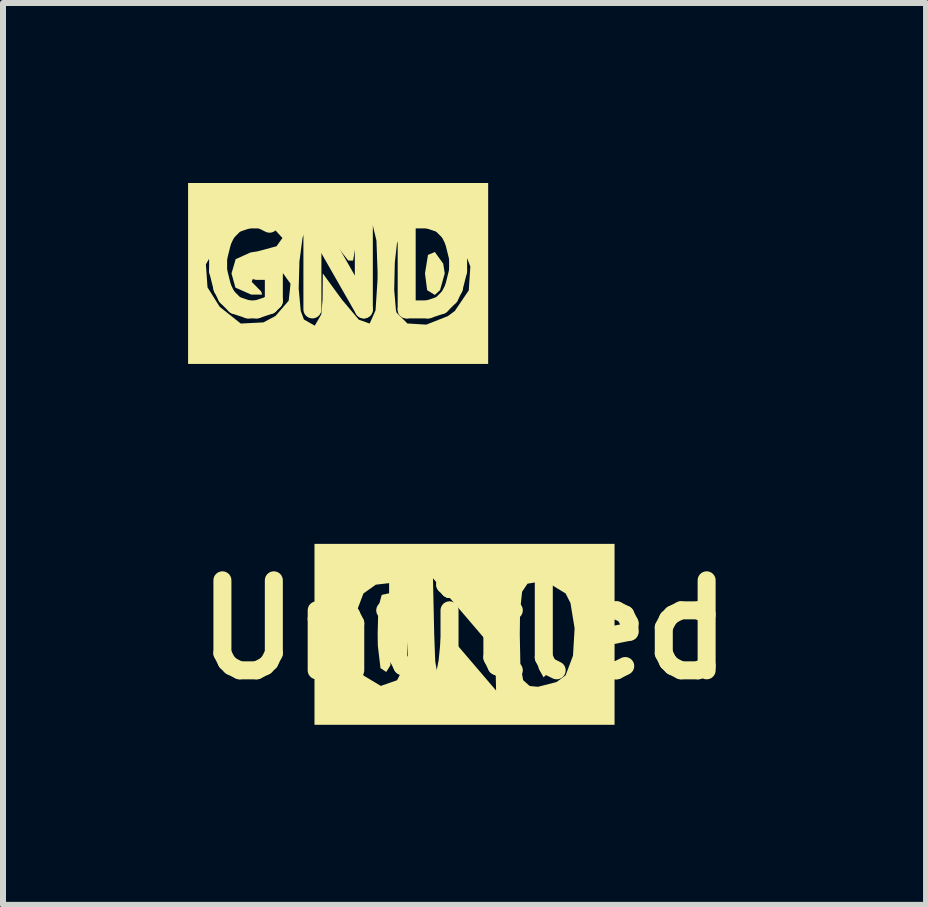
<source format=kicad_pcb>
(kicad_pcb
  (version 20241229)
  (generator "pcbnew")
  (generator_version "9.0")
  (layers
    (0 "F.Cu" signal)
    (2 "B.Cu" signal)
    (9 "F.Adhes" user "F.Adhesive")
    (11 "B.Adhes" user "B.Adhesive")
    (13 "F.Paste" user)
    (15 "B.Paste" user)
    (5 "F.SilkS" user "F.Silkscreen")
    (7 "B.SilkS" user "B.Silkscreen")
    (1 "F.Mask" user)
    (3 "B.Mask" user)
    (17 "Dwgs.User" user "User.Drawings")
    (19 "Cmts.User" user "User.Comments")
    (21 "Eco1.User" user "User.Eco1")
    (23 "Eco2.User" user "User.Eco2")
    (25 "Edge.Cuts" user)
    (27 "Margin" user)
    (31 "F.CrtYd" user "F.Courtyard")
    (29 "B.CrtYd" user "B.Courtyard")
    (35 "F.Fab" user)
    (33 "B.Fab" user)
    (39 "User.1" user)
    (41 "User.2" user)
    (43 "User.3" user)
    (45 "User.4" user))
  (footprint "GND"
    (layer "F.Cu")
    (at 2.586 1.429)
    (property "Reference" "GND" (at 0 0 0) (layer "F.SilkS") (effects (font (size 1.5 1.5) (thickness 0.3))))
    (attr board_only exclude_from_pos_files exclude_from_bom)
    (fp_poly (pts (xy 1.752 -0.084) (xy 1.777 0.079) (xy 1.699 0.357) (xy 1.612 0.437) (xy 1.484 0.358) (xy 1.448 0.079) (xy 1.498 -0.23) (xy 1.612 -0.278)) (stroke (width 0) (type solid)) (fill yes) (layer "F.SilkS"))
    (fp_poly (pts (xy 2.501 0.079) (xy 2.501 1.587) (xy 0 1.587) (xy -2.501 1.587) (xy -2.501 0.079) (xy -2.501 -0.072) (xy -2.204 -0.072) (xy -2.177 0.311) (xy -1.974 0.635) (xy -1.623 0.914) (xy -1.245 0.895) (xy -1.044 0.788) (xy -0.824 0.533) (xy -0.802 0.331) (xy -0.657 0.331) (xy -0.623 0.704) (xy -0.57 0.847) (xy -0.389 0.949) (xy -0.281 0.762) (xy -0.259 0.516) (xy -0.255 0.079) (xy 0.064 0.516) (xy 0.345 0.85) (xy 0.526 0.914) (xy 0.624 0.695) (xy 0.646 0.354) (xy 0.935 0.354) (xy 0.964 0.693) (xy 0.974 0.731) (xy 1.155 0.913) (xy 1.47 0.932) (xy 1.828 0.791) (xy 1.945 0.705) (xy 2.178 0.36) (xy 2.204 -0.037) (xy 2.058 -0.41) (xy 1.773 -0.682) (xy 1.384 -0.776) (xy 1.291 -0.766) (xy 1.082 -0.67) (xy 0.98 -0.415) (xy 0.945 -0.102) (xy 0.935 0.354) (xy 0.646 0.354) (xy 0.657 0.178) (xy 0.658 0.066) (xy 0.639 -0.469) (xy 0.577 -0.725) (xy 0.494 -0.755) (xy 0.344 -0.562) (xy 0.287 -0.348) (xy 0.249 -0.135) (xy 0.169 -0.136) (xy -0.01 -0.365) (xy -0.053 -0.426) (xy -0.299 -0.685) (xy -0.492 -0.738) (xy -0.505 -0.73) (xy -0.593 -0.517) (xy -0.645 -0.12) (xy -0.657 0.331) (xy -0.802 0.331) (xy -0.794 0.249) (xy -0.943 0.042) (xy -1.119 0) (xy -1.379 0.066) (xy -1.441 0.218) (xy -1.283 0.379) (xy -1.266 0.432) (xy -1.448 0.432) (xy -1.712 0.315) (xy -1.777 0.079) (xy -1.708 -0.159) (xy -1.46 -0.271) (xy -1.349 -0.288) (xy -1.027 -0.374) (xy -0.928 -0.512) (xy -1.07 -0.667) (xy -1.129 -0.697) (xy -1.53 -0.783) (xy -1.868 -0.593) (xy -1.974 -0.476) (xy -2.204 -0.072) (xy -2.501 -0.072) (xy -2.501 -1.429) (xy 0 -1.429) (xy 2.501 -1.429)) (stroke (width 0) (type solid)) (fill yes) (layer "F.SilkS")))
  (footprint "Untitled"
    (layer "F.Cu")
    (at 4.693 7.445)
    (property "Reference" "Untitled" (at 0 0 0) (layer "F.SilkS") (effects (font (size 1.5 1.5) (thickness 0.3))))
    (attr board_only exclude_from_pos_files exclude_from_bom)
    (fp_poly (pts (xy 1.395 -0.493) (xy 1.442 -0.134) (xy 1.448 0.079) (xy 1.422 0.505) (xy 1.355 0.761) (xy 1.316 0.794) (xy 1.238 0.652) (xy 1.19 0.293) (xy 1.184 0.079) (xy 1.211 -0.347) (xy 1.277 -0.602) (xy 1.316 -0.635)) (stroke (width 0) (type solid)) (fill yes) (layer "F.SilkS"))
    (fp_poly (pts (xy 2.501 0.079) (xy 2.501 1.587) (xy 0 1.587) (xy -2.501 1.587) (xy -2.501 0.184) (xy -1.835 0.184) (xy -1.763 0.607) (xy -1.68 0.768) (xy -1.395 0.938) (xy -1.125 0.844) (xy -0.959 0.527) (xy -0.945 0.437) (xy -0.965 0.094) (xy -1.098 0) (xy -1.236 0.114) (xy -1.226 0.3) (xy -1.236 0.596) (xy -1.305 0.706) (xy -1.401 0.641) (xy -1.445 0.267) (xy -1.448 0.07) (xy -1.436 -0.377) (xy -1.38 -0.579) (xy -1.252 -0.607) (xy -1.184 -0.589) (xy -1.006 -0.578) (xy -0.995 -0.65) (xy -1.194 -0.782) (xy -1.479 -0.749) (xy -1.685 -0.603) (xy -1.809 -0.274) (xy -1.835 0.184) (xy -2.501 0.184) (xy -2.501 0.079) (xy -2.501 -0.856) (xy -0.526 -0.856) (xy -0.505 0.088) (xy -0.488 0.531) (xy -0.463 0.674) (xy -0.431 0.509) (xy -0.43 0.496) (xy -0.376 -0.04) (xy 0.075 0.487) (xy 0.526 1.015) (xy 0.506 0.079) (xy 0.921 0.079) (xy 0.931 0.581) (xy 0.977 0.842) (xy 1.087 0.94) (xy 1.224 0.953) (xy 1.533 0.874) (xy 1.685 0.762) (xy 1.808 0.435) (xy 1.835 -0.022) (xy 1.766 -0.443) (xy 1.685 -0.603) (xy 1.432 -0.757) (xy 1.224 -0.794) (xy 1.05 -0.766) (xy 0.96 -0.632) (xy 0.926 -0.315) (xy 0.921 0.079) (xy 0.506 0.079) (xy 0.505 0.071) (xy 0.488 -0.372) (xy 0.463 -0.516) (xy 0.431 -0.35) (xy 0.43 -0.337) (xy 0.376 0.199) (xy -0.075 -0.329) (xy -0.526 -0.856) (xy -2.501 -0.856) (xy -2.501 -1.429) (xy 0 -1.429) (xy 2.501 -1.429)) (stroke (width 0) (type solid)) (fill yes) (layer "F.SilkS")))
  (gr_rect
    (start -3 -3)
    (end 12.386 12.033)
    (stroke (width 0.1) (type default))
    (fill no)
    (layer "Edge.Cuts")))
</source>
